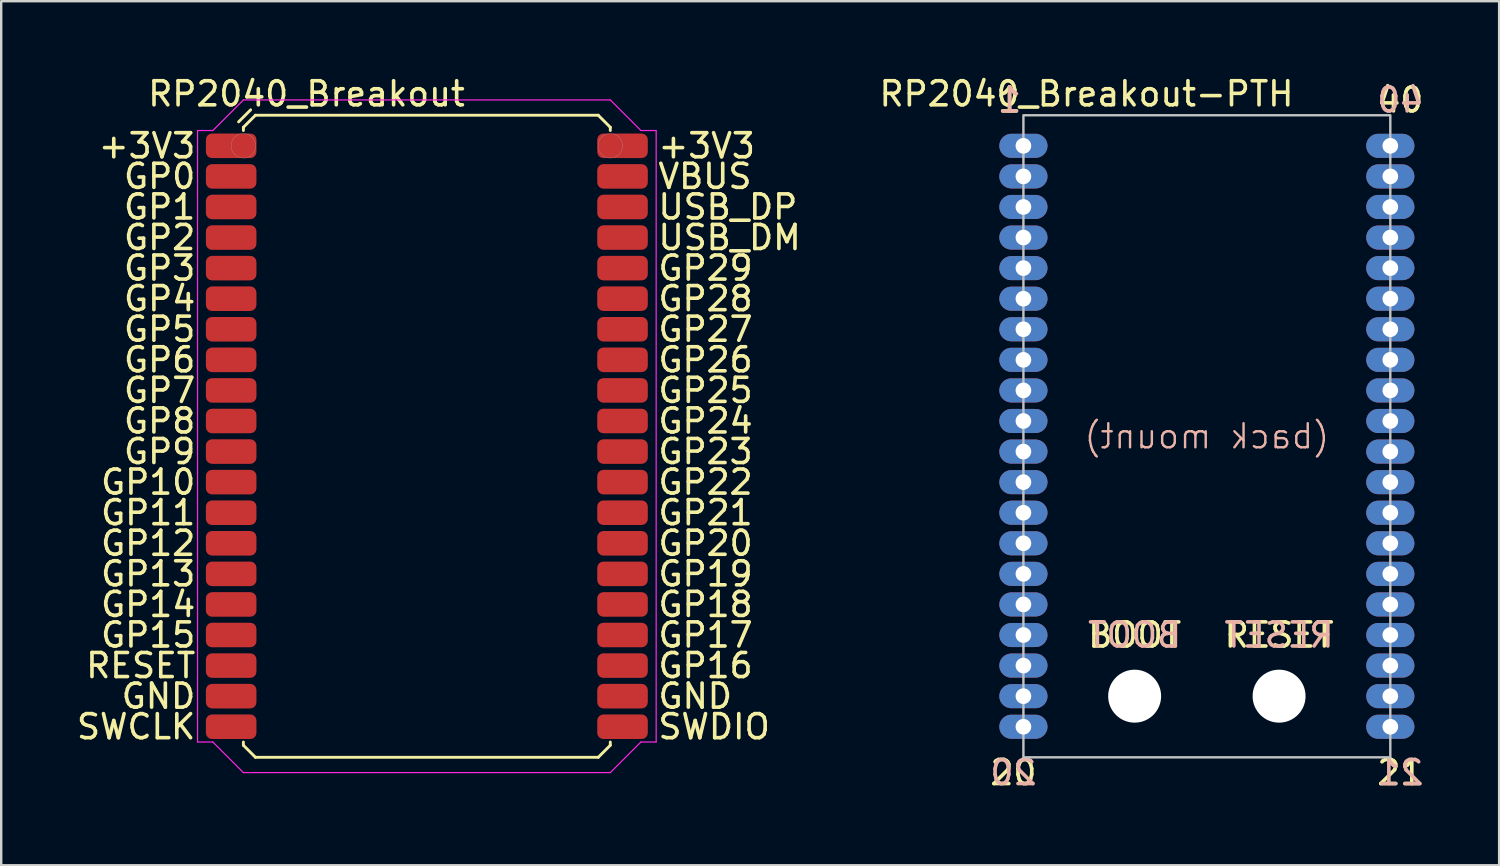
<source format=kicad_pcb>
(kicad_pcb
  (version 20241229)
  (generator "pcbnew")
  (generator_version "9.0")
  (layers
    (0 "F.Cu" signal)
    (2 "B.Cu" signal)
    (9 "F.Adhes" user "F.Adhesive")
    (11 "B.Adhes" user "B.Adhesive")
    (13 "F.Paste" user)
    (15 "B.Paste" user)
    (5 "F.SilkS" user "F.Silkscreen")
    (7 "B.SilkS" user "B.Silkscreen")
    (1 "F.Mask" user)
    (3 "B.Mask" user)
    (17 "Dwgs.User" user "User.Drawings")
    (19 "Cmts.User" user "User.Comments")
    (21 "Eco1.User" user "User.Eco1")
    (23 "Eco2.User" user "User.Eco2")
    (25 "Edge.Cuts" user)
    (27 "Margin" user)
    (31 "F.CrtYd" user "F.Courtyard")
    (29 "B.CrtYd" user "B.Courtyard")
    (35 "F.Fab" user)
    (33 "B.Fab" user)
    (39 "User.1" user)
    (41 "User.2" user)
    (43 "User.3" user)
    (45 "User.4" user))
  (footprint "RP2040_Breakout"
    (layer "F.Cu")
    (at 14.68 15.072)
    (property "Reference" "RP2040_Breakout" (at -5 -14.224 0) (unlocked yes) (layer "F.SilkS") (effects (font (size 1 1) (thickness 0.15))))
    (attr smd)
    (fp_line (start -7.62 -12.835) (end -7.62 -12.7) (stroke (width 0.12) (type solid)) (layer "F.SilkS"))
    (fp_line (start -7.62 12.7) (end -7.62 12.835) (stroke (width 0.12) (type solid)) (layer "F.SilkS"))
    (fp_line (start -7.319 -13.56) (end -7.819 -13.06) (stroke (width 0.12) (type solid)) (layer "F.SilkS"))
    (fp_line (start -7.12 -13.335) (end -7.62 -12.835) (stroke (width 0.12) (type solid)) (layer "F.SilkS"))
    (fp_line (start -7.12 -13.335) (end 7.12 -13.335) (stroke (width 0.12) (type solid)) (layer "F.SilkS"))
    (fp_line (start -7.12 13.335) (end -7.62 12.835) (stroke (width 0.12) (type solid)) (layer "F.SilkS"))
    (fp_line (start -7.12 13.335) (end 7.12 13.335) (stroke (width 0.12) (type solid)) (layer "F.SilkS"))
    (fp_line (start 7.12 -13.335) (end 7.62 -12.835) (stroke (width 0.12) (type solid)) (layer "F.SilkS"))
    (fp_line (start 7.12 13.335) (end 7.62 12.835) (stroke (width 0.12) (type solid)) (layer "F.SilkS"))
    (fp_line (start 7.62 -12.7) (end 7.62 -12.835) (stroke (width 0.12) (type solid)) (layer "F.SilkS"))
    (fp_line (start 7.62 12.835) (end 7.62 12.7) (stroke (width 0.12) (type solid)) (layer "F.SilkS"))
    (fp_line (start -9.525 -12.7) (end -8.89 -12.7) (stroke (width 0.05) (type solid)) (layer "F.CrtYd"))
    (fp_line (start -9.525 12.7) (end -9.525 -12.7) (stroke (width 0.05) (type solid)) (layer "F.CrtYd"))
    (fp_line (start -8.89 -12.7) (end -7.62 -13.97) (stroke (width 0.05) (type solid)) (layer "F.CrtYd"))
    (fp_line (start -8.89 12.7) (end -9.525 12.7) (stroke (width 0.05) (type solid)) (layer "F.CrtYd"))
    (fp_line (start -7.62 -13.97) (end 7.62 -13.97) (stroke (width 0.05) (type solid)) (layer "F.CrtYd"))
    (fp_line (start -7.62 13.97) (end -8.89 12.7) (stroke (width 0.05) (type solid)) (layer "F.CrtYd"))
    (fp_line (start 7.62 -13.97) (end 8.89 -12.7) (stroke (width 0.05) (type solid)) (layer "F.CrtYd"))
    (fp_line (start 7.62 13.97) (end -7.62 13.97) (stroke (width 0.05) (type solid)) (layer "F.CrtYd"))
    (fp_line (start 8.89 -12.7) (end 9.525 -12.7) (stroke (width 0.05) (type solid)) (layer "F.CrtYd"))
    (fp_line (start 8.89 12.7) (end 7.62 13.97) (stroke (width 0.05) (type solid)) (layer "F.CrtYd"))
    (fp_line (start 9.525 -12.7) (end 9.525 12.7) (stroke (width 0.05) (type solid)) (layer "F.CrtYd"))
    (fp_line (start 9.525 12.7) (end 8.89 12.7) (stroke (width 0.05) (type solid)) (layer "F.CrtYd"))
    (fp_circle (center -7.62 -12.065) (end -7.11 -12.065) (stroke (width 0.01) (type solid)) (fill no) (layer "F.Fab"))
    (fp_circle (center 7.62 -12.065) (end 8.13 -12.065) (stroke (width 0.01) (type solid)) (fill no) (layer "F.Fab"))
    (fp_text user "GP18" (at 9.525 6.985 0) (layer "F.SilkS") (effects (font (size 1 1) (thickness 0.15)) (justify left)))
    (fp_text user "USB_DM" (at 9.525 -8.255 0) (layer "F.SilkS") (effects (font (size 1 1) (thickness 0.15)) (justify left)))
    (fp_text user "GP9" (at -9.525 0.635 0) (layer "F.SilkS") (effects (font (size 1 1) (thickness 0.15)) (justify right)))
    (fp_text user "GP21" (at 9.525 3.175 0) (layer "F.SilkS") (effects (font (size 1 1) (thickness 0.15)) (justify left)))
    (fp_text user "GP17" (at 9.525 8.255 0) (layer "F.SilkS") (effects (font (size 1 1) (thickness 0.15)) (justify left)))
    (fp_text user "GP24" (at 9.525 -0.635 0) (layer "F.SilkS") (effects (font (size 1 1) (thickness 0.15)) (justify left)))
    (fp_text user "GND" (at -9.525 10.795 0) (layer "F.SilkS") (effects (font (size 1 1) (thickness 0.15)) (justify right)))
    (fp_text user "GP19" (at 9.525 5.715 0) (layer "F.SilkS") (effects (font (size 1 1) (thickness 0.15)) (justify left)))
    (fp_text user "SWDIO" (at 9.525 12.065 0) (layer "F.SilkS") (effects (font (size 1 1) (thickness 0.15)) (justify left)))
    (fp_text user "USB_DP" (at 9.525 -9.525 0) (layer "F.SilkS") (effects (font (size 1 1) (thickness 0.15)) (justify left)))
    (fp_text user "VBUS" (at 9.525 -10.795 0) (layer "F.SilkS") (effects (font (size 1 1) (thickness 0.15)) (justify left)))
    (fp_text user "RESET" (at -9.525 9.525 0) (layer "F.SilkS") (effects (font (size 1 1) (thickness 0.15)) (justify right)))
    (fp_text user "GP1" (at -9.525 -9.525 0) (layer "F.SilkS") (effects (font (size 1 1) (thickness 0.15)) (justify right)))
    (fp_text user "GP5" (at -9.525 -4.445 0) (layer "F.SilkS") (effects (font (size 1 1) (thickness 0.15)) (justify right)))
    (fp_text user "GP26" (at 9.525 -3.175 0) (layer "F.SilkS") (effects (font (size 1 1) (thickness 0.15)) (justify left)))
    (fp_text user "GP6" (at -9.525 -3.175 0) (layer "F.SilkS") (effects (font (size 1 1) (thickness 0.15)) (justify right)))
    (fp_text user "GP20" (at 9.525 4.445 0) (layer "F.SilkS") (effects (font (size 1 1) (thickness 0.15)) (justify left)))
    (fp_text user "GP23" (at 9.525 0.635 0) (layer "F.SilkS") (effects (font (size 1 1) (thickness 0.15)) (justify left)))
    (fp_text user "GP2" (at -9.525 -8.255 0) (layer "F.SilkS") (effects (font (size 1 1) (thickness 0.15)) (justify right)))
    (fp_text user "GP25" (at 9.525 -1.905 0) (layer "F.SilkS") (effects (font (size 1 1) (thickness 0.15)) (justify left)))
    (fp_text user "GP3" (at -9.525 -6.985 0) (layer "F.SilkS") (effects (font (size 1 1) (thickness 0.15)) (justify right)))
    (fp_text user "GP7" (at -9.525 -1.905 0) (layer "F.SilkS") (effects (font (size 1 1) (thickness 0.15)) (justify right)))
    (fp_text user "GP28" (at 9.525 -5.715 0) (layer "F.SilkS") (effects (font (size 1 1) (thickness 0.15)) (justify left)))
    (fp_text user "+3V3" (at -9.525 -12.065 0) (layer "F.SilkS") (effects (font (size 1 1) (thickness 0.15)) (justify right)))
    (fp_text user "GP15" (at -9.525 8.255 0) (layer "F.SilkS") (effects (font (size 1 1) (thickness 0.15)) (justify right)))
    (fp_text user "GP14" (at -9.525 6.985 0) (layer "F.SilkS") (effects (font (size 1 1) (thickness 0.15)) (justify right)))
    (fp_text user "GP13" (at -9.525 5.715 0) (layer "F.SilkS") (effects (font (size 1 1) (thickness 0.15)) (justify right)))
    (fp_text user "GP11" (at -9.525 3.175 0) (layer "F.SilkS") (effects (font (size 1 1) (thickness 0.15)) (justify right)))
    (fp_text user "GND" (at 9.525 10.795 0) (layer "F.SilkS") (effects (font (size 1 1) (thickness 0.15)) (justify left)))
    (fp_text user "+3V3" (at 9.525 -12.065 0) (layer "F.SilkS") (effects (font (size 1 1) (thickness 0.15)) (justify left)))
    (fp_text user "GP10" (at -9.525 1.905 0) (layer "F.SilkS") (effects (font (size 1 1) (thickness 0.15)) (justify right)))
    (fp_text user "GP0" (at -9.525 -10.795 0) (layer "F.SilkS") (effects (font (size 1 1) (thickness 0.15)) (justify right)))
    (fp_text user "GP4" (at -9.525 -5.715 0) (layer "F.SilkS") (effects (font (size 1 1) (thickness 0.15)) (justify right)))
    (fp_text user "GP22" (at 9.525 1.905 0) (layer "F.SilkS") (effects (font (size 1 1) (thickness 0.15)) (justify left)))
    (fp_text user "GP8" (at -9.525 -0.635 0) (layer "F.SilkS") (effects (font (size 1 1) (thickness 0.15)) (justify right)))
    (fp_text user "GP29" (at 9.525 -6.985 0) (layer "F.SilkS") (effects (font (size 1 1) (thickness 0.15)) (justify left)))
    (fp_text user "GP16" (at 9.525 9.525 0) (layer "F.SilkS") (effects (font (size 1 1) (thickness 0.15)) (justify left)))
    (fp_text user "GP12" (at -9.525 4.445 0) (layer "F.SilkS") (effects (font (size 1 1) (thickness 0.15)) (justify right)))
    (fp_text user "GP27" (at 9.525 -4.445 0) (layer "F.SilkS") (effects (font (size 1 1) (thickness 0.15)) (justify left)))
    (fp_text user "SWCLK" (at -9.525 12.065 0) (layer "F.SilkS") (effects (font (size 1 1) (thickness 0.15)) (justify right)))
    (pad "1" smd roundrect (at -8.128 -12.065) (size 2.1 1.02) (layers "F.Cu" "F.Mask" "F.Paste") (roundrect_rratio 0.25))
    (pad "2" smd roundrect (at -8.128 -10.795) (size 2.1 1.02) (layers "F.Cu" "F.Mask" "F.Paste") (roundrect_rratio 0.25))
    (pad "3" smd roundrect (at -8.128 -9.525) (size 2.1 1.02) (layers "F.Cu" "F.Mask" "F.Paste") (roundrect_rratio 0.25))
    (pad "4" smd roundrect (at -8.128 -8.255) (size 2.1 1.02) (layers "F.Cu" "F.Mask" "F.Paste") (roundrect_rratio 0.25))
    (pad "5" smd roundrect (at -8.128 -6.985) (size 2.1 1.02) (layers "F.Cu" "F.Mask" "F.Paste") (roundrect_rratio 0.25))
    (pad "6" smd roundrect (at -8.128 -5.715) (size 2.1 1.02) (layers "F.Cu" "F.Mask" "F.Paste") (roundrect_rratio 0.25))
    (pad "7" smd roundrect (at -8.128 -4.445) (size 2.1 1.02) (layers "F.Cu" "F.Mask" "F.Paste") (roundrect_rratio 0.25))
    (pad "8" smd roundrect (at -8.128 -3.175) (size 2.1 1.02) (layers "F.Cu" "F.Mask" "F.Paste") (roundrect_rratio 0.25))
    (pad "9" smd roundrect (at -8.128 -1.905) (size 2.1 1.02) (layers "F.Cu" "F.Mask" "F.Paste") (roundrect_rratio 0.25))
    (pad "10" smd roundrect (at -8.128 -0.635) (size 2.1 1.02) (layers "F.Cu" "F.Mask" "F.Paste") (roundrect_rratio 0.25))
    (pad "11" smd roundrect (at -8.128 0.635) (size 2.1 1.02) (layers "F.Cu" "F.Mask" "F.Paste") (roundrect_rratio 0.25))
    (pad "12" smd roundrect (at -8.128 1.905) (size 2.1 1.02) (layers "F.Cu" "F.Mask" "F.Paste") (roundrect_rratio 0.25))
    (pad "13" smd roundrect (at -8.128 3.175) (size 2.1 1.02) (layers "F.Cu" "F.Mask" "F.Paste") (roundrect_rratio 0.25))
    (pad "14" smd roundrect (at -8.128 4.445) (size 2.1 1.02) (layers "F.Cu" "F.Mask" "F.Paste") (roundrect_rratio 0.25))
    (pad "15" smd roundrect (at -8.128 5.715) (size 2.1 1.02) (layers "F.Cu" "F.Mask" "F.Paste") (roundrect_rratio 0.25))
    (pad "16" smd roundrect (at -8.128 6.985) (size 2.1 1.02) (layers "F.Cu" "F.Mask" "F.Paste") (roundrect_rratio 0.25))
    (pad "17" smd roundrect (at -8.128 8.255) (size 2.1 1.02) (layers "F.Cu" "F.Mask" "F.Paste") (roundrect_rratio 0.25))
    (pad "18" smd roundrect (at -8.128 9.525) (size 2.1 1.02) (layers "F.Cu" "F.Mask" "F.Paste") (roundrect_rratio 0.25))
    (pad "19" smd roundrect (at -8.128 10.795) (size 2.1 1.02) (layers "F.Cu" "F.Mask" "F.Paste") (roundrect_rratio 0.25))
    (pad "20" smd roundrect (at -8.128 12.065) (size 2.1 1.02) (layers "F.Cu" "F.Mask" "F.Paste") (roundrect_rratio 0.25))
    (pad "21" smd roundrect (at 8.128 12.065) (size 2.1 1.02) (layers "F.Cu" "F.Mask" "F.Paste") (roundrect_rratio 0.25))
    (pad "22" smd roundrect (at 8.128 10.795) (size 2.1 1.02) (layers "F.Cu" "F.Mask" "F.Paste") (roundrect_rratio 0.25))
    (pad "23" smd roundrect (at 8.128 9.525) (size 2.1 1.02) (layers "F.Cu" "F.Mask" "F.Paste") (roundrect_rratio 0.25))
    (pad "24" smd roundrect (at 8.128 8.255) (size 2.1 1.02) (layers "F.Cu" "F.Mask" "F.Paste") (roundrect_rratio 0.25))
    (pad "25" smd roundrect (at 8.128 6.985) (size 2.1 1.02) (layers "F.Cu" "F.Mask" "F.Paste") (roundrect_rratio 0.25))
    (pad "26" smd roundrect (at 8.128 5.715) (size 2.1 1.02) (layers "F.Cu" "F.Mask" "F.Paste") (roundrect_rratio 0.25))
    (pad "27" smd roundrect (at 8.128 4.445) (size 2.1 1.02) (layers "F.Cu" "F.Mask" "F.Paste") (roundrect_rratio 0.25))
    (pad "28" smd roundrect (at 8.128 3.175) (size 2.1 1.02) (layers "F.Cu" "F.Mask" "F.Paste") (roundrect_rratio 0.25))
    (pad "29" smd roundrect (at 8.128 1.905) (size 2.1 1.02) (layers "F.Cu" "F.Mask" "F.Paste") (roundrect_rratio 0.25))
    (pad "30" smd roundrect (at 8.128 0.635) (size 2.1 1.02) (layers "F.Cu" "F.Mask" "F.Paste") (roundrect_rratio 0.25))
    (pad "31" smd roundrect (at 8.128 -0.635) (size 2.1 1.02) (layers "F.Cu" "F.Mask" "F.Paste") (roundrect_rratio 0.25))
    (pad "32" smd roundrect (at 8.128 -1.905) (size 2.1 1.02) (layers "F.Cu" "F.Mask" "F.Paste") (roundrect_rratio 0.25))
    (pad "33" smd roundrect (at 8.128 -3.175) (size 2.1 1.02) (layers "F.Cu" "F.Mask" "F.Paste") (roundrect_rratio 0.25))
    (pad "34" smd roundrect (at 8.128 -4.445) (size 2.1 1.02) (layers "F.Cu" "F.Mask" "F.Paste") (roundrect_rratio 0.25))
    (pad "35" smd roundrect (at 8.128 -5.715) (size 2.1 1.02) (layers "F.Cu" "F.Mask" "F.Paste") (roundrect_rratio 0.25))
    (pad "36" smd roundrect (at 8.128 -6.985) (size 2.1 1.02) (layers "F.Cu" "F.Mask" "F.Paste") (roundrect_rratio 0.25))
    (pad "37" smd roundrect (at 8.128 -8.255) (size 2.1 1.02) (layers "F.Cu" "F.Mask" "F.Paste") (roundrect_rratio 0.25))
    (pad "38" smd roundrect (at 8.128 -9.525) (size 2.1 1.02) (layers "F.Cu" "F.Mask" "F.Paste") (roundrect_rratio 0.25))
    (pad "39" smd roundrect (at 8.128 -10.795) (size 2.1 1.02) (layers "F.Cu" "F.Mask" "F.Paste") (roundrect_rratio 0.25))
    (pad "40" smd roundrect (at 8.128 -12.065) (size 2.1 1.02) (layers "F.Cu" "F.Mask" "F.Paste") (roundrect_rratio 0.25)))
  (footprint "RP2040_Breakout-PTH"
    (layer "F.Cu")
    (at 47.08 15.072)
    (property "Reference" "RP2040_Breakout-PTH" (at -5 -14.224 0) (unlocked yes) (layer "F.SilkS") (effects (font (size 1 1) (thickness 0.15))))
    (attr smd)
    (fp_rect (start -7.62 -13.335) (end 7.62 13.335) (stroke (width 0.1) (type default)) (fill no) (layer "Dwgs.User"))
    (fp_text user "20" (at -6.985 13.97 0) (layer "F.SilkS") (effects (font (size 1 1) (thickness 0.15)) (justify right)))
    (fp_text user "21" (at 6.985 13.97 0) (layer "F.SilkS") (effects (font (size 1 1) (thickness 0.15)) (justify left)))
    (fp_text user "1" (at -7.62 -13.97 0) (layer "F.SilkS") (effects (font (size 1 1) (thickness 0.15)) (justify right)))
    (fp_text user "RESET" (at 3 8.255 0) (unlocked yes) (layer "F.SilkS") (effects (font (size 1 1) (thickness 0.15))))
    (fp_text user "40" (at 6.985 -13.97 0) (layer "F.SilkS") (effects (font (size 1 1) (thickness 0.15)) (justify left)))
    (fp_text user "BOOT" (at -3 8.255 0) (unlocked yes) (layer "F.SilkS") (effects (font (size 1 1) (thickness 0.15))))
    (fp_text user "(back mount)" (at 0 0 0) (unlocked yes) (layer "B.SilkS") (effects (font (size 1 1) (thickness 0.1)) (justify mirror)))
    (fp_text user "1" (at -7.62 -13.97 0) (layer "B.SilkS") (effects (font (size 1 1) (thickness 0.15)) (justify left mirror)))
    (fp_text user "40" (at 6.985 -13.97 0) (layer "B.SilkS") (effects (font (size 1 1) (thickness 0.15)) (justify right mirror)))
    (fp_text user "BOOT" (at -3 8.255 0) (unlocked yes) (layer "B.SilkS") (effects (font (size 1 1) (thickness 0.15)) (justify mirror)))
    (fp_text user "20" (at -6.985 13.97 0) (layer "B.SilkS") (effects (font (size 1 1) (thickness 0.15)) (justify left mirror)))
    (fp_text user "RESET" (at 3 8.255 0) (unlocked yes) (layer "B.SilkS") (effects (font (size 1 1) (thickness 0.15)) (justify mirror)))
    (fp_text user "21" (at 6.985 13.97 0) (layer "B.SilkS") (effects (font (size 1 1) (thickness 0.15)) (justify right mirror)))
    (pad "" np_thru_hole circle (at -3 10.795) (size 2.2 2.2) (drill 2.2) (layers "*.Cu" "*.Mask"))
    (pad "" np_thru_hole circle (at 3 10.795) (size 2.2 2.2) (drill 2.2) (layers "*.Cu" "*.Mask"))
    (pad "1" thru_hole oval (at -7.62 -12.065) (size 2 1) (drill 0.65) (layers "*.Cu" "*.Mask"))
    (pad "2" thru_hole oval (at -7.62 -10.795) (size 2 1) (drill 0.65) (layers "*.Cu" "*.Mask"))
    (pad "3" thru_hole oval (at -7.62 -9.525) (size 2 1) (drill 0.65) (layers "*.Cu" "*.Mask"))
    (pad "4" thru_hole oval (at -7.62 -8.255) (size 2 1) (drill 0.65) (layers "*.Cu" "*.Mask"))
    (pad "5" thru_hole oval (at -7.62 -6.985) (size 2 1) (drill 0.65) (layers "*.Cu" "*.Mask"))
    (pad "6" thru_hole oval (at -7.62 -5.715) (size 2 1) (drill 0.65) (layers "*.Cu" "*.Mask"))
    (pad "7" thru_hole oval (at -7.62 -4.445) (size 2 1) (drill 0.65) (layers "*.Cu" "*.Mask"))
    (pad "8" thru_hole oval (at -7.62 -3.175) (size 2 1) (drill 0.65) (layers "*.Cu" "*.Mask"))
    (pad "9" thru_hole oval (at -7.62 -1.905) (size 2 1) (drill 0.65) (layers "*.Cu" "*.Mask"))
    (pad "10" thru_hole oval (at -7.62 -0.635) (size 2 1) (drill 0.65) (layers "*.Cu" "*.Mask"))
    (pad "11" thru_hole oval (at -7.62 0.635) (size 2 1) (drill 0.65) (layers "*.Cu" "*.Mask"))
    (pad "12" thru_hole oval (at -7.62 1.905) (size 2 1) (drill 0.65) (layers "*.Cu" "*.Mask"))
    (pad "13" thru_hole oval (at -7.62 3.175) (size 2 1) (drill 0.65) (layers "*.Cu" "*.Mask"))
    (pad "14" thru_hole oval (at -7.62 4.445) (size 2 1) (drill 0.65) (layers "*.Cu" "*.Mask"))
    (pad "15" thru_hole oval (at -7.62 5.715) (size 2 1) (drill 0.65) (layers "*.Cu" "*.Mask"))
    (pad "16" thru_hole oval (at -7.62 6.985) (size 2 1) (drill 0.65) (layers "*.Cu" "*.Mask"))
    (pad "17" thru_hole oval (at -7.62 8.255) (size 2 1) (drill 0.65) (layers "*.Cu" "*.Mask"))
    (pad "18" thru_hole oval (at -7.62 9.525) (size 2 1) (drill 0.65) (layers "*.Cu" "*.Mask"))
    (pad "19" thru_hole oval (at -7.62 10.795) (size 2 1) (drill 0.65) (layers "*.Cu" "*.Mask"))
    (pad "20" thru_hole oval (at -7.62 12.065) (size 2 1) (drill 0.65) (layers "*.Cu" "*.Mask"))
    (pad "21" thru_hole oval (at 7.62 12.065) (size 2 1) (drill 0.65) (layers "*.Cu" "*.Mask"))
    (pad "22" thru_hole oval (at 7.62 10.795) (size 2 1) (drill 0.65) (layers "*.Cu" "*.Mask"))
    (pad "23" thru_hole oval (at 7.62 9.525) (size 2 1) (drill 0.65) (layers "*.Cu" "*.Mask"))
    (pad "24" thru_hole oval (at 7.62 8.255) (size 2 1) (drill 0.65) (layers "*.Cu" "*.Mask"))
    (pad "25" thru_hole oval (at 7.62 6.985) (size 2 1) (drill 0.65) (layers "*.Cu" "*.Mask"))
    (pad "26" thru_hole oval (at 7.62 5.715) (size 2 1) (drill 0.65) (layers "*.Cu" "*.Mask"))
    (pad "27" thru_hole oval (at 7.62 4.445) (size 2 1) (drill 0.65) (layers "*.Cu" "*.Mask"))
    (pad "28" thru_hole oval (at 7.62 3.175) (size 2 1) (drill 0.65) (layers "*.Cu" "*.Mask"))
    (pad "29" thru_hole oval (at 7.62 1.905) (size 2 1) (drill 0.65) (layers "*.Cu" "*.Mask"))
    (pad "30" thru_hole oval (at 7.62 0.635) (size 2 1) (drill 0.65) (layers "*.Cu" "*.Mask"))
    (pad "31" thru_hole oval (at 7.62 -0.635) (size 2 1) (drill 0.65) (layers "*.Cu" "*.Mask"))
    (pad "32" thru_hole oval (at 7.62 -1.905) (size 2 1) (drill 0.65) (layers "*.Cu" "*.Mask"))
    (pad "33" thru_hole oval (at 7.62 -3.175) (size 2 1) (drill 0.65) (layers "*.Cu" "*.Mask"))
    (pad "34" thru_hole oval (at 7.62 -4.445) (size 2 1) (drill 0.65) (layers "*.Cu" "*.Mask"))
    (pad "35" thru_hole oval (at 7.62 -5.715) (size 2 1) (drill 0.65) (layers "*.Cu" "*.Mask"))
    (pad "36" thru_hole oval (at 7.62 -6.985) (size 2 1) (drill 0.65) (layers "*.Cu" "*.Mask"))
    (pad "37" thru_hole oval (at 7.62 -8.255) (size 2 1) (drill 0.65) (layers "*.Cu" "*.Mask"))
    (pad "38" thru_hole oval (at 7.62 -9.525) (size 2 1) (drill 0.65) (layers "*.Cu" "*.Mask"))
    (pad "39" thru_hole oval (at 7.62 -10.795) (size 2 1) (drill 0.65) (layers "*.Cu" "*.Mask"))
    (pad "40" thru_hole oval (at 7.62 -12.065) (size 2 1) (drill 0.65) (layers "*.Cu" "*.Mask")))
  (gr_rect
    (start -3 -3)
    (end 59.22 32.891)
    (stroke (width 0.1) (type default))
    (fill no)
    (layer "Edge.Cuts")))
</source>
